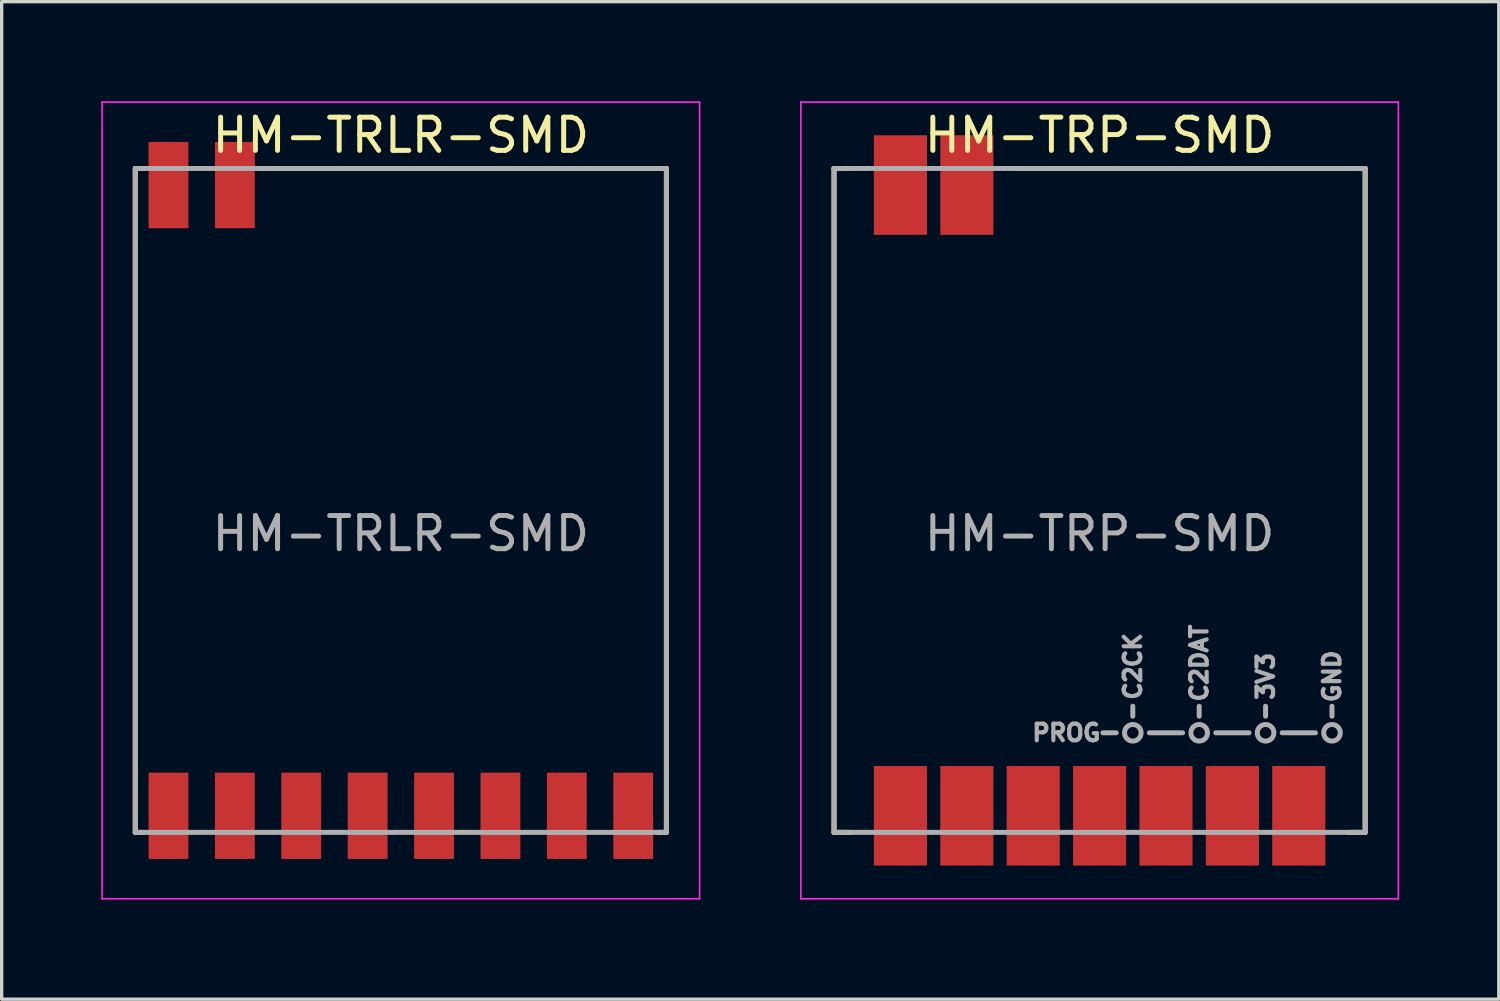
<source format=kicad_pcb>
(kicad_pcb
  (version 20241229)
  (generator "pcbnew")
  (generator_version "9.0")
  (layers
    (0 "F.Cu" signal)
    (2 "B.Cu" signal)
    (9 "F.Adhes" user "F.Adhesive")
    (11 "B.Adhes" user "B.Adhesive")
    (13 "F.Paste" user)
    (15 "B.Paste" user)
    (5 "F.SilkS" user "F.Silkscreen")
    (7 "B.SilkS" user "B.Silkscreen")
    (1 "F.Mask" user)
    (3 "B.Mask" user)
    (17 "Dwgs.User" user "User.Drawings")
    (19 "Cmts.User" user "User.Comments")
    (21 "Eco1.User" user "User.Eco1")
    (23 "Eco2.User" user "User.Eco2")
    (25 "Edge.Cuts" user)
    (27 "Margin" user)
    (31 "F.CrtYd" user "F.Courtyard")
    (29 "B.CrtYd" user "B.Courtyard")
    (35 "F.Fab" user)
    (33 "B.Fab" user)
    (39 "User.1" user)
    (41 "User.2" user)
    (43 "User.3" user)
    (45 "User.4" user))
  (footprint "HM-TRLR-SMD"
    (layer "F.Cu")
    (at 9.025 12.025)
    (property "Reference" "HM-TRLR-SMD" (at 0 -11 0) (layer "F.SilkS") (effects (font (size 1 1) (thickness 0.15))))
    (attr smd)
    (fp_line (start -8 -10) (end -7.75 -10) (stroke (width 0.15) (type solid)) (layer "F.SilkS"))
    (fp_line (start -8 10) (end -8 -10) (stroke (width 0.15) (type solid)) (layer "F.SilkS"))
    (fp_line (start -7.75 10) (end -8 10) (stroke (width 0.15) (type solid)) (layer "F.SilkS"))
    (fp_line (start -4.25 -10) (end 8 -10) (stroke (width 0.15) (type solid)) (layer "F.SilkS"))
    (fp_line (start 8 -10) (end 8 10) (stroke (width 0.15) (type solid)) (layer "F.SilkS"))
    (fp_line (start 8 10) (end 7.75 10) (stroke (width 0.15) (type solid)) (layer "F.SilkS"))
    (fp_line (start -9 -12) (end 9 -12) (stroke (width 0.05) (type solid)) (layer "F.CrtYd"))
    (fp_line (start -9 12) (end -9 -12) (stroke (width 0.05) (type solid)) (layer "F.CrtYd"))
    (fp_line (start 9 -12) (end 9 12) (stroke (width 0.05) (type solid)) (layer "F.CrtYd"))
    (fp_line (start 9 12) (end -9 12) (stroke (width 0.05) (type solid)) (layer "F.CrtYd"))
    (fp_line (start -8 -10) (end -8 10) (stroke (width 0.15) (type solid)) (layer "F.Fab"))
    (fp_line (start -8 10) (end 8 10) (stroke (width 0.15) (type solid)) (layer "F.Fab"))
    (fp_line (start 8 -10) (end -8 -10) (stroke (width 0.15) (type solid)) (layer "F.Fab"))
    (fp_line (start 8 10) (end 8 -10) (stroke (width 0.15) (type solid)) (layer "F.Fab"))
    (fp_text user "${REFERENCE}" (at 0 1 0) (layer "F.Fab") (effects (font (size 1 1) (thickness 0.15))))
    (pad "1" smd rect (at -7 9.5) (size 1.2 2.6) (layers "F.Cu" "F.Mask" "F.Paste"))
    (pad "2" smd rect (at -5 9.5) (size 1.2 2.6) (layers "F.Cu" "F.Mask" "F.Paste"))
    (pad "3" smd rect (at -3 9.5) (size 1.2 2.6) (layers "F.Cu" "F.Mask" "F.Paste"))
    (pad "4" smd rect (at -1 9.5) (size 1.2 2.6) (layers "F.Cu" "F.Mask" "F.Paste"))
    (pad "5" smd rect (at 1 9.5) (size 1.2 2.6) (layers "F.Cu" "F.Mask" "F.Paste"))
    (pad "6" smd rect (at 3 9.5) (size 1.2 2.6) (layers "F.Cu" "F.Mask" "F.Paste"))
    (pad "7" smd rect (at 5 9.5) (size 1.2 2.6) (layers "F.Cu" "F.Mask" "F.Paste"))
    (pad "8" smd rect (at 7 9.5) (size 1.2 2.6) (layers "F.Cu" "F.Mask" "F.Paste"))
    (pad "9" smd rect (at -5 -9.5) (size 1.2 2.6) (layers "F.Cu" "F.Mask" "F.Paste"))
    (pad "10" smd rect (at -7 -9.5) (size 1.2 2.6) (layers "F.Cu" "F.Mask" "F.Paste")))
  (footprint "HM-TRP-SMD"
    (layer "F.Cu")
    (at 30.075 12.025)
    (property "Reference" "HM-TRP-SMD" (at 0 -11 0) (layer "F.SilkS") (effects (font (size 1 1) (thickness 0.15))))
    (attr smd)
    (fp_line (start -8 -10) (end -7.5 -10) (stroke (width 0.15) (type solid)) (layer "F.SilkS"))
    (fp_line (start -8 10) (end -8 -10) (stroke (width 0.15) (type solid)) (layer "F.SilkS"))
    (fp_line (start -7.5 10) (end -8 10) (stroke (width 0.15) (type solid)) (layer "F.SilkS"))
    (fp_line (start -2.5 -10) (end 8 -10) (stroke (width 0.15) (type solid)) (layer "F.SilkS"))
    (fp_line (start 8 -10) (end 8 10) (stroke (width 0.15) (type solid)) (layer "F.SilkS"))
    (fp_line (start 8 10) (end 7.5 10) (stroke (width 0.15) (type solid)) (layer "F.SilkS"))
    (fp_line (start -9 -12) (end 9 -12) (stroke (width 0.05) (type solid)) (layer "F.CrtYd"))
    (fp_line (start -9 12) (end -9 -12) (stroke (width 0.05) (type solid)) (layer "F.CrtYd"))
    (fp_line (start 9 -12) (end 9 12) (stroke (width 0.05) (type solid)) (layer "F.CrtYd"))
    (fp_line (start 9 12) (end -9 12) (stroke (width 0.05) (type solid)) (layer "F.CrtYd"))
    (fp_line (start -8 -10) (end -8 10) (stroke (width 0.15) (type solid)) (layer "F.Fab"))
    (fp_line (start -8 10) (end 8 10) (stroke (width 0.15) (type solid)) (layer "F.Fab"))
    (fp_line (start 0.5 7) (end 0.1 7) (stroke (width 0.15) (type solid)) (layer "F.Fab"))
    (fp_line (start 1 6.5) (end 1 6.2) (stroke (width 0.15) (type solid)) (layer "F.Fab"))
    (fp_line (start 1.5 7) (end 2.5 7) (stroke (width 0.15) (type solid)) (layer "F.Fab"))
    (fp_line (start 3 6.5) (end 3 6.2) (stroke (width 0.15) (type solid)) (layer "F.Fab"))
    (fp_line (start 3.5 7) (end 4.5 7) (stroke (width 0.15) (type solid)) (layer "F.Fab"))
    (fp_line (start 5 6.5) (end 5 6.2) (stroke (width 0.15) (type solid)) (layer "F.Fab"))
    (fp_line (start 5.5 7) (end 6.5 7) (stroke (width 0.15) (type solid)) (layer "F.Fab"))
    (fp_line (start 7 6.5) (end 7 6.2) (stroke (width 0.15) (type solid)) (layer "F.Fab"))
    (fp_line (start 8 -10) (end -8 -10) (stroke (width 0.15) (type solid)) (layer "F.Fab"))
    (fp_line (start 8 10) (end 8 -10) (stroke (width 0.15) (type solid)) (layer "F.Fab"))
    (fp_circle (center 1 7) (end 1.25 7) (stroke (width 0.15) (type solid)) (fill no) (layer "F.Fab"))
    (fp_circle (center 3 7) (end 3.25 7) (stroke (width 0.15) (type solid)) (fill no) (layer "F.Fab"))
    (fp_circle (center 5 7) (end 5.25 7) (stroke (width 0.15) (type solid)) (fill no) (layer "F.Fab"))
    (fp_circle (center 7 7) (end 7.25 7) (stroke (width 0.15) (type solid)) (fill no) (layer "F.Fab"))
    (fp_text user "3V3" (at 5 5.3 90) (layer "F.Fab") (effects (font (size 0.5 0.5) (thickness 0.125))))
    (fp_text user "C2CK" (at 1 5 90) (layer "F.Fab") (effects (font (size 0.5 0.5) (thickness 0.125))))
    (fp_text user "C2DAT" (at 3 4.9 90) (layer "F.Fab") (effects (font (size 0.5 0.5) (thickness 0.125))))
    (fp_text user "PROG" (at -1 7 0) (layer "F.Fab") (effects (font (size 0.5 0.5) (thickness 0.125))))
    (fp_text user "GND" (at 7 5.3 90) (layer "F.Fab") (effects (font (size 0.5 0.5) (thickness 0.125))))
    (fp_text user "${REFERENCE}" (at 0 1 0) (layer "F.Fab") (effects (font (size 1 1) (thickness 0.15))))
    (pad "1" smd rect (at -6 9.5) (size 1.6 3) (layers "F.Cu" "F.Mask" "F.Paste"))
    (pad "2" smd rect (at -4 9.5) (size 1.6 3) (layers "F.Cu" "F.Mask" "F.Paste"))
    (pad "3" smd rect (at -2 9.5) (size 1.6 3) (layers "F.Cu" "F.Mask" "F.Paste"))
    (pad "4" smd rect (at 0 9.5) (size 1.6 3) (layers "F.Cu" "F.Mask" "F.Paste"))
    (pad "5" smd rect (at 2 9.5) (size 1.6 3) (layers "F.Cu" "F.Mask" "F.Paste"))
    (pad "6" smd rect (at 4 9.5) (size 1.6 3) (layers "F.Cu" "F.Mask" "F.Paste"))
    (pad "7" smd rect (at 6 9.5) (size 1.6 3) (layers "F.Cu" "F.Mask" "F.Paste"))
    (pad "8" smd rect (at -4 -9.5) (size 1.6 3) (layers "F.Cu" "F.Mask" "F.Paste"))
    (pad "9" smd rect (at -6 -9.5) (size 1.6 3) (layers "F.Cu" "F.Mask" "F.Paste")))
  (gr_rect
    (start -3 -3)
    (end 42.1 27.05)
    (stroke (width 0.1) (type default))
    (fill no)
    (layer "Edge.Cuts")))
</source>
